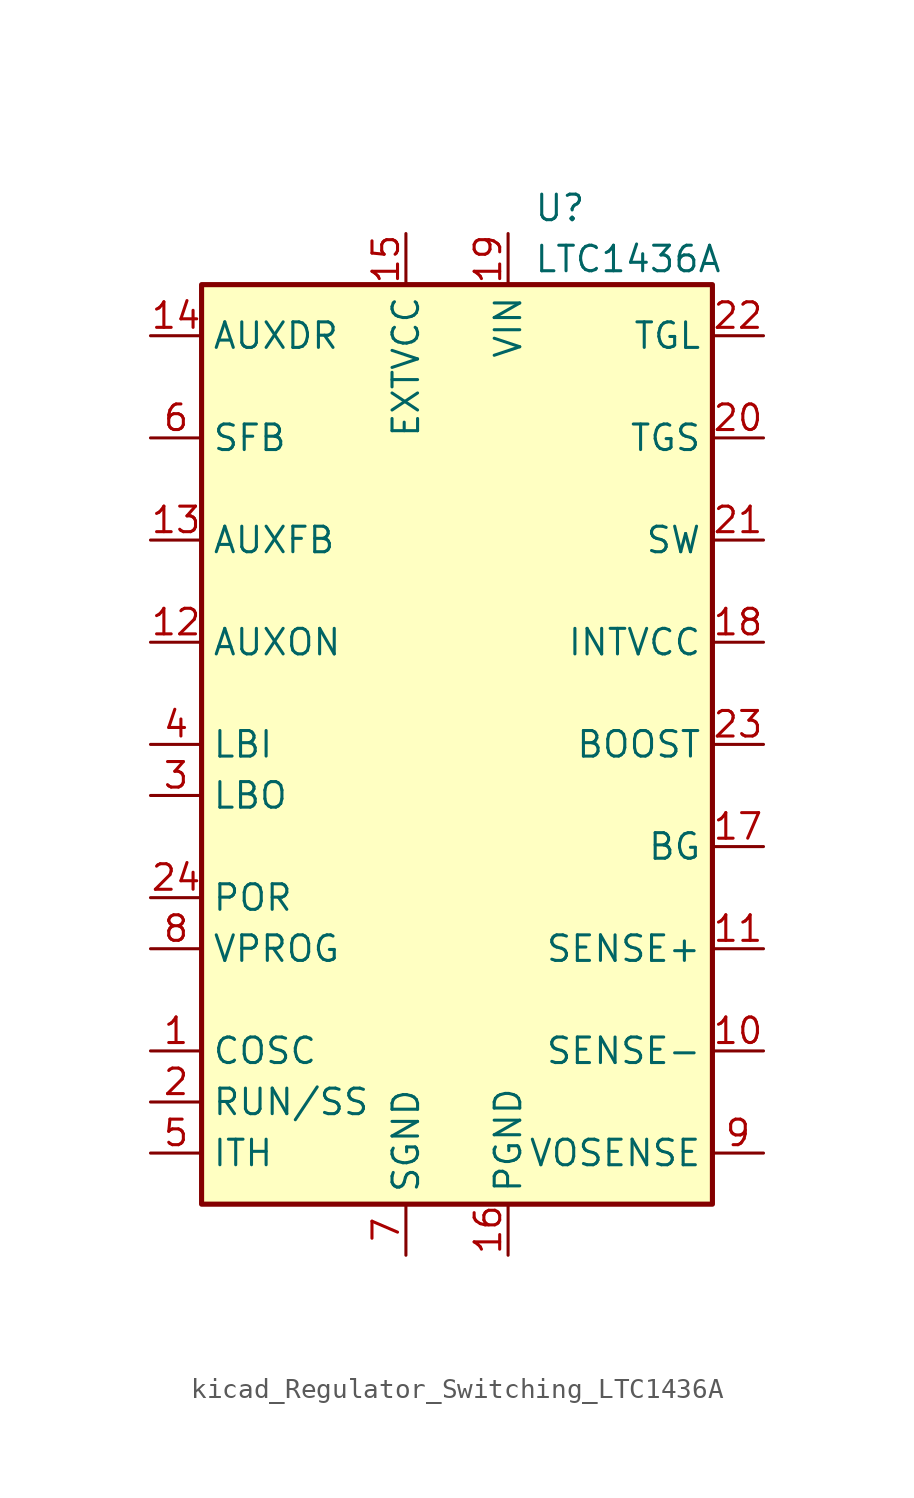
<source format=kicad_sym>
(kicad_symbol_lib
  (version 20220914)
  (generator kicad_symbol_editor)
  (symbol "kicad_Regulator_Switching_LTC1436A"
    (property "Reference" "U"
      (at 3.81 26.67 0)
      (effects (font (size 1.27 1.27)) (justify left)))
    (property "Value" "LTC1436A"
      (at 3.81 24.13 0)
      (effects (font (size 1.27 1.27)) (justify left)))
    (symbol "kicad_Regulator_Switching_LTC1436A_0_1"
      (rectangle (start -12.7 -22.86) (end 12.7 22.86) (stroke (width 0.254) (type default)) (fill (type background))))
    (symbol "kicad_Regulator_Switching_LTC1436A_1_1"
      (pin passive line (at -15.24 -15.24 0) (length 2.54) (name "COSC" (effects (font (size 1.27 1.27)))) (number "1" (effects (font (size 1.27 1.27)))))
      (pin input line (at 15.24 -15.24 180) (length 2.54) (name "SENSE-" (effects (font (size 1.27 1.27)))) (number "10" (effects (font (size 1.27 1.27)))))
      (pin input line (at 15.24 -10.16 180) (length 2.54) (name "SENSE+" (effects (font (size 1.27 1.27)))) (number "11" (effects (font (size 1.27 1.27)))))
      (pin input line (at -15.24 5.08 0) (length 2.54) (name "AUXON" (effects (font (size 1.27 1.27)))) (number "12" (effects (font (size 1.27 1.27)))))
      (pin input line (at -15.24 10.16 0) (length 2.54) (name "AUXFB" (effects (font (size 1.27 1.27)))) (number "13" (effects (font (size 1.27 1.27)))))
      (pin open_collector line (at -15.24 20.32 0) (length 2.54) (name "AUXDR" (effects (font (size 1.27 1.27)))) (number "14" (effects (font (size 1.27 1.27)))))
      (pin power_in line (at -2.54 25.4 270) (length 2.54) (name "EXTVCC" (effects (font (size 1.27 1.27)))) (number "15" (effects (font (size 1.27 1.27)))))
      (pin power_in line (at 2.54 -25.4 90) (length 2.54) (name "PGND" (effects (font (size 1.27 1.27)))) (number "16" (effects (font (size 1.27 1.27)))))
      (pin output line (at 15.24 -5.08 180) (length 2.54) (name "BG" (effects (font (size 1.27 1.27)))) (number "17" (effects (font (size 1.27 1.27)))))
      (pin power_in line (at 15.24 5.08 180) (length 2.54) (name "INTVCC" (effects (font (size 1.27 1.27)))) (number "18" (effects (font (size 1.27 1.27)))))
      (pin power_in line (at 2.54 25.4 270) (length 2.54) (name "VIN" (effects (font (size 1.27 1.27)))) (number "19" (effects (font (size 1.27 1.27)))))
      (pin passive line (at -15.24 -17.78 0) (length 2.54) (name "RUN/SS" (effects (font (size 1.27 1.27)))) (number "2" (effects (font (size 1.27 1.27)))))
      (pin output line (at 15.24 15.24 180) (length 2.54) (name "TGS" (effects (font (size 1.27 1.27)))) (number "20" (effects (font (size 1.27 1.27)))))
      (pin passive line (at 15.24 10.16 180) (length 2.54) (name "SW" (effects (font (size 1.27 1.27)))) (number "21" (effects (font (size 1.27 1.27)))))
      (pin output line (at 15.24 20.32 180) (length 2.54) (name "TGL" (effects (font (size 1.27 1.27)))) (number "22" (effects (font (size 1.27 1.27)))))
      (pin passive line (at 15.24 0 180) (length 2.54) (name "BOOST" (effects (font (size 1.27 1.27)))) (number "23" (effects (font (size 1.27 1.27)))))
      (pin open_collector line (at -15.24 -7.62 0) (length 2.54) (name "POR" (effects (font (size 1.27 1.27)))) (number "24" (effects (font (size 1.27 1.27)))))
      (pin open_collector line (at -15.24 -2.54 0) (length 2.54) (name "LBO" (effects (font (size 1.27 1.27)))) (number "3" (effects (font (size 1.27 1.27)))))
      (pin input line (at -15.24 0 0) (length 2.54) (name "LBI" (effects (font (size 1.27 1.27)))) (number "4" (effects (font (size 1.27 1.27)))))
      (pin passive line (at -15.24 -20.32 0) (length 2.54) (name "ITH" (effects (font (size 1.27 1.27)))) (number "5" (effects (font (size 1.27 1.27)))))
      (pin passive line (at -15.24 15.24 0) (length 2.54) (name "SFB" (effects (font (size 1.27 1.27)))) (number "6" (effects (font (size 1.27 1.27)))))
      (pin power_in line (at -2.54 -25.4 90) (length 2.54) (name "SGND" (effects (font (size 1.27 1.27)))) (number "7" (effects (font (size 1.27 1.27)))))
      (pin input line (at -15.24 -10.16 0) (length 2.54) (name "VPROG" (effects (font (size 1.27 1.27)))) (number "8" (effects (font (size 1.27 1.27)))))
      (pin input line (at 15.24 -20.32 180) (length 2.54) (name "VOSENSE" (effects (font (size 1.27 1.27)))) (number "9" (effects (font (size 1.27 1.27))))))))
</source>
